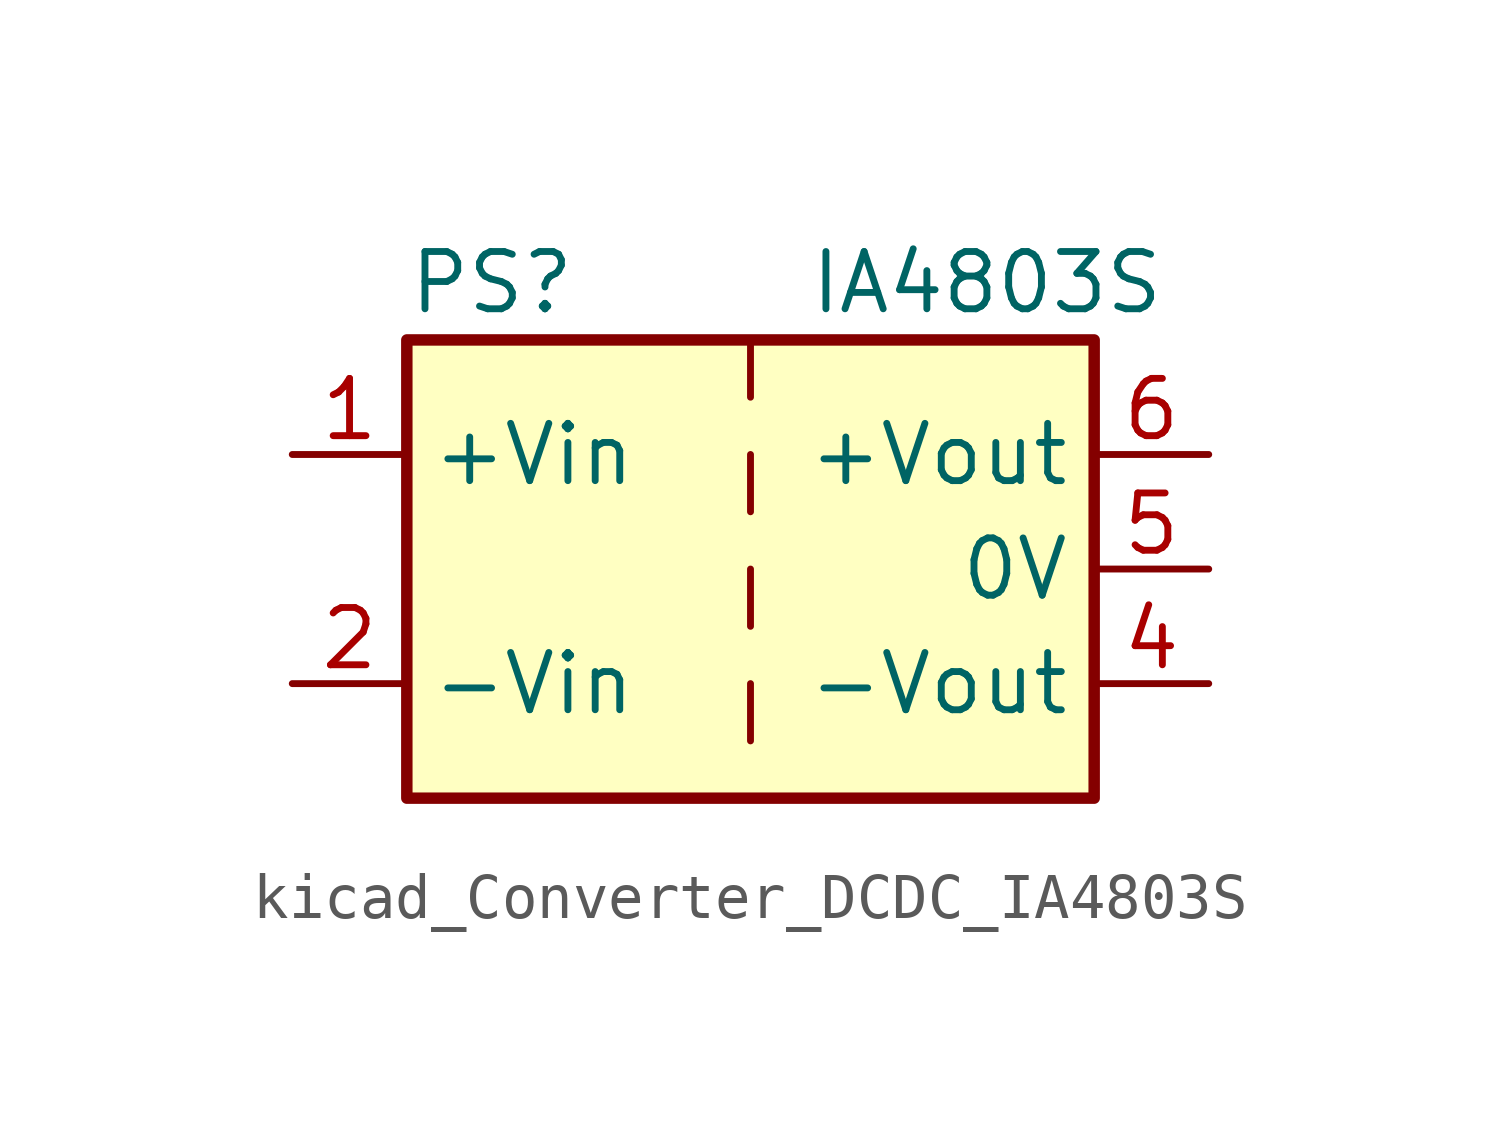
<source format=kicad_sym>
(kicad_symbol_lib
  (version 20220914)
  (generator kicad_symbol_editor)
  (symbol "kicad_Converter_DCDC_IA4803S"
    (property "Reference" "PS"
      (at -7.62 6.35 0)
      (effects (font (size 1.27 1.27)) (justify left)))
    (property "Value" "IA4803S"
      (at 1.27 6.35 0)
      (effects (font (size 1.27 1.27)) (justify left)))
    (symbol "kicad_Converter_DCDC_IA4803S_0_0"
      (pin power_in line (at -10.16 2.54 0) (length 2.54) (name "+Vin" (effects (font (size 1.27 1.27)))) (number "1" (effects (font (size 1.27 1.27)))))
      (pin power_in line (at -10.16 -2.54 0) (length 2.54) (name "-Vin" (effects (font (size 1.27 1.27)))) (number "2" (effects (font (size 1.27 1.27)))))
      (pin power_out line (at 10.16 -2.54 180) (length 2.54) (name "-Vout" (effects (font (size 1.27 1.27)))) (number "4" (effects (font (size 1.27 1.27)))))
      (pin power_out line (at 10.16 0 180) (length 2.54) (name "0V" (effects (font (size 1.27 1.27)))) (number "5" (effects (font (size 1.27 1.27)))))
      (pin power_out line (at 10.16 2.54 180) (length 2.54) (name "+Vout" (effects (font (size 1.27 1.27)))) (number "6" (effects (font (size 1.27 1.27))))))
    (symbol "kicad_Converter_DCDC_IA4803S_0_1"
      (rectangle (start -7.62 5.08) (end 7.62 -5.08) (stroke (width 0.254) (type default)) (fill (type background)))
      (polyline (pts (xy 0 -2.54) (xy 0 -3.81)) (stroke (width 0) (type default)) (fill (type none)))
      (polyline (pts (xy 0 0) (xy 0 -1.27)) (stroke (width 0) (type default)) (fill (type none)))
      (polyline (pts (xy 0 2.54) (xy 0 1.27)) (stroke (width 0) (type default)) (fill (type none)))
      (polyline (pts (xy 0 5.08) (xy 0 3.81)) (stroke (width 0) (type default)) (fill (type none))))))
</source>
